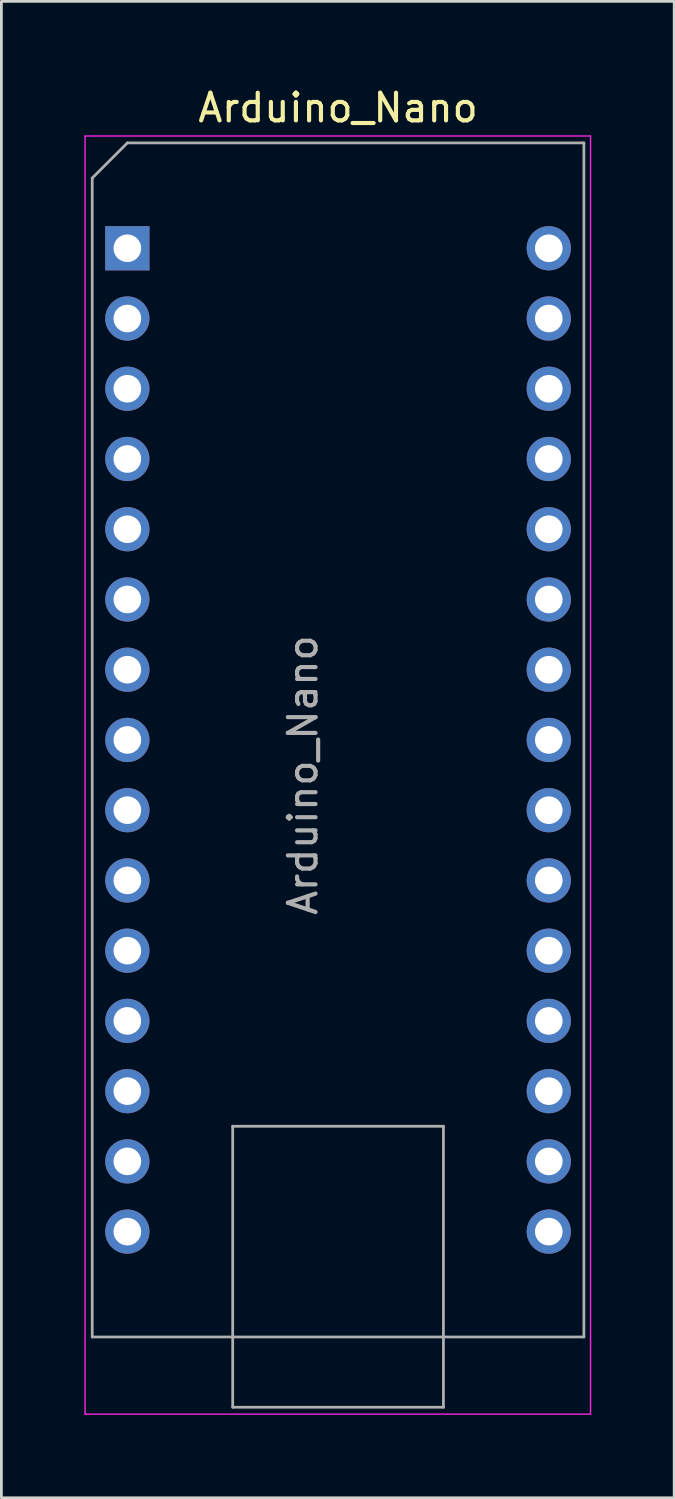
<source format=kicad_pcb>
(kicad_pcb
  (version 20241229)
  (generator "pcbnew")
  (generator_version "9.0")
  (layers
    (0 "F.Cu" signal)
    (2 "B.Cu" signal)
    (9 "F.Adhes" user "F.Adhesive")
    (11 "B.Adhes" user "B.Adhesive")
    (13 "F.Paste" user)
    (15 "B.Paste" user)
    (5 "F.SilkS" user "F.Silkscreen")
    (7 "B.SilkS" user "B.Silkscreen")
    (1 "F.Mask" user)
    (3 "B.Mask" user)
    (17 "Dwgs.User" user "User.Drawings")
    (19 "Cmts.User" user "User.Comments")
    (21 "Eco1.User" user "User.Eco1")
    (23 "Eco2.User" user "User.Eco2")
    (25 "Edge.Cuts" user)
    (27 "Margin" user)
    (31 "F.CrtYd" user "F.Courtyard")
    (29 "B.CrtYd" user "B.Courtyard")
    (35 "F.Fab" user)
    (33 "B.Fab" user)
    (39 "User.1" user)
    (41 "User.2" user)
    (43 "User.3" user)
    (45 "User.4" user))
  (footprint "Arduino_Nano"
    (layer "F.Cu")
    (at 1.555 5.928)
    (property "Reference" "Arduino_Nano" (at 7.62 -5.08 0) (layer "F.SilkS") (effects (font (size 1 1) (thickness 0.15))))
    (attr through_hole)
    (fp_line (start -1.53 -4.06) (end -1.53 42.16) (stroke (width 0.05) (type solid)) (layer "F.CrtYd"))
    (fp_line (start -1.53 -4.06) (end 16.75 -4.06) (stroke (width 0.05) (type solid)) (layer "F.CrtYd"))
    (fp_line (start 16.75 42.16) (end -1.53 42.16) (stroke (width 0.05) (type solid)) (layer "F.CrtYd"))
    (fp_line (start 16.75 42.16) (end 16.75 -4.06) (stroke (width 0.05) (type solid)) (layer "F.CrtYd"))
    (fp_line (start -1.27 -2.54) (end 0 -3.81) (stroke (width 0.1) (type solid)) (layer "F.Fab"))
    (fp_line (start -1.27 39.37) (end -1.27 -2.54) (stroke (width 0.1) (type solid)) (layer "F.Fab"))
    (fp_line (start 0 -3.81) (end 16.51 -3.81) (stroke (width 0.1) (type solid)) (layer "F.Fab"))
    (fp_line (start 3.81 31.75) (end 11.43 31.75) (stroke (width 0.1) (type solid)) (layer "F.Fab"))
    (fp_line (start 3.81 41.91) (end 3.81 31.75) (stroke (width 0.1) (type solid)) (layer "F.Fab"))
    (fp_line (start 11.43 31.75) (end 11.43 41.91) (stroke (width 0.1) (type solid)) (layer "F.Fab"))
    (fp_line (start 11.43 41.91) (end 3.81 41.91) (stroke (width 0.1) (type solid)) (layer "F.Fab"))
    (fp_line (start 16.51 -3.81) (end 16.51 39.37) (stroke (width 0.1) (type solid)) (layer "F.Fab"))
    (fp_line (start 16.51 39.37) (end -1.27 39.37) (stroke (width 0.1) (type solid)) (layer "F.Fab"))
    (fp_text user "${REFERENCE}" (at 6.35 19.05 90) (layer "F.Fab") (effects (font (size 1 1) (thickness 0.15))))
    (pad "1" thru_hole rect (at 0 0) (size 1.6 1.6) (drill 1) (layers "*.Cu" "*.Mask"))
    (pad "2" thru_hole oval (at 0 2.54) (size 1.6 1.6) (drill 1) (layers "*.Cu" "*.Mask"))
    (pad "3" thru_hole oval (at 0 5.08) (size 1.6 1.6) (drill 1) (layers "*.Cu" "*.Mask"))
    (pad "4" thru_hole oval (at 0 7.62) (size 1.6 1.6) (drill 1) (layers "*.Cu" "*.Mask"))
    (pad "5" thru_hole oval (at 0 10.16) (size 1.6 1.6) (drill 1) (layers "*.Cu" "*.Mask"))
    (pad "6" thru_hole oval (at 0 12.7) (size 1.6 1.6) (drill 1) (layers "*.Cu" "*.Mask"))
    (pad "7" thru_hole oval (at 0 15.24) (size 1.6 1.6) (drill 1) (layers "*.Cu" "*.Mask"))
    (pad "8" thru_hole oval (at 0 17.78) (size 1.6 1.6) (drill 1) (layers "*.Cu" "*.Mask"))
    (pad "9" thru_hole oval (at 0 20.32) (size 1.6 1.6) (drill 1) (layers "*.Cu" "*.Mask"))
    (pad "10" thru_hole oval (at 0 22.86) (size 1.6 1.6) (drill 1) (layers "*.Cu" "*.Mask"))
    (pad "11" thru_hole oval (at 0 25.4) (size 1.6 1.6) (drill 1) (layers "*.Cu" "*.Mask"))
    (pad "12" thru_hole oval (at 0 27.94) (size 1.6 1.6) (drill 1) (layers "*.Cu" "*.Mask"))
    (pad "13" thru_hole oval (at 0 30.48) (size 1.6 1.6) (drill 1) (layers "*.Cu" "*.Mask"))
    (pad "14" thru_hole oval (at 0 33.02) (size 1.6 1.6) (drill 1) (layers "*.Cu" "*.Mask"))
    (pad "15" thru_hole oval (at 0 35.56) (size 1.6 1.6) (drill 1) (layers "*.Cu" "*.Mask"))
    (pad "16" thru_hole oval (at 15.24 35.56) (size 1.6 1.6) (drill 1) (layers "*.Cu" "*.Mask"))
    (pad "17" thru_hole oval (at 15.24 33.02) (size 1.6 1.6) (drill 1) (layers "*.Cu" "*.Mask"))
    (pad "18" thru_hole oval (at 15.24 30.48) (size 1.6 1.6) (drill 1) (layers "*.Cu" "*.Mask"))
    (pad "19" thru_hole oval (at 15.24 27.94) (size 1.6 1.6) (drill 1) (layers "*.Cu" "*.Mask"))
    (pad "20" thru_hole oval (at 15.24 25.4) (size 1.6 1.6) (drill 1) (layers "*.Cu" "*.Mask"))
    (pad "21" thru_hole oval (at 15.24 22.86) (size 1.6 1.6) (drill 1) (layers "*.Cu" "*.Mask"))
    (pad "22" thru_hole oval (at 15.24 20.32) (size 1.6 1.6) (drill 1) (layers "*.Cu" "*.Mask"))
    (pad "23" thru_hole oval (at 15.24 17.78) (size 1.6 1.6) (drill 1) (layers "*.Cu" "*.Mask"))
    (pad "24" thru_hole oval (at 15.24 15.24) (size 1.6 1.6) (drill 1) (layers "*.Cu" "*.Mask"))
    (pad "25" thru_hole oval (at 15.24 12.7) (size 1.6 1.6) (drill 1) (layers "*.Cu" "*.Mask"))
    (pad "26" thru_hole oval (at 15.24 10.16) (size 1.6 1.6) (drill 1) (layers "*.Cu" "*.Mask"))
    (pad "27" thru_hole oval (at 15.24 7.62) (size 1.6 1.6) (drill 1) (layers "*.Cu" "*.Mask"))
    (pad "28" thru_hole oval (at 15.24 5.08) (size 1.6 1.6) (drill 1) (layers "*.Cu" "*.Mask"))
    (pad "29" thru_hole oval (at 15.24 2.54) (size 1.6 1.6) (drill 1) (layers "*.Cu" "*.Mask"))
    (pad "30" thru_hole oval (at 15.24 0) (size 1.6 1.6) (drill 1) (layers "*.Cu" "*.Mask")))
  (gr_rect
    (start -3 -3)
    (end 21.33 51.113)
    (stroke (width 0.1) (type default))
    (fill no)
    (layer "Edge.Cuts")))
</source>
